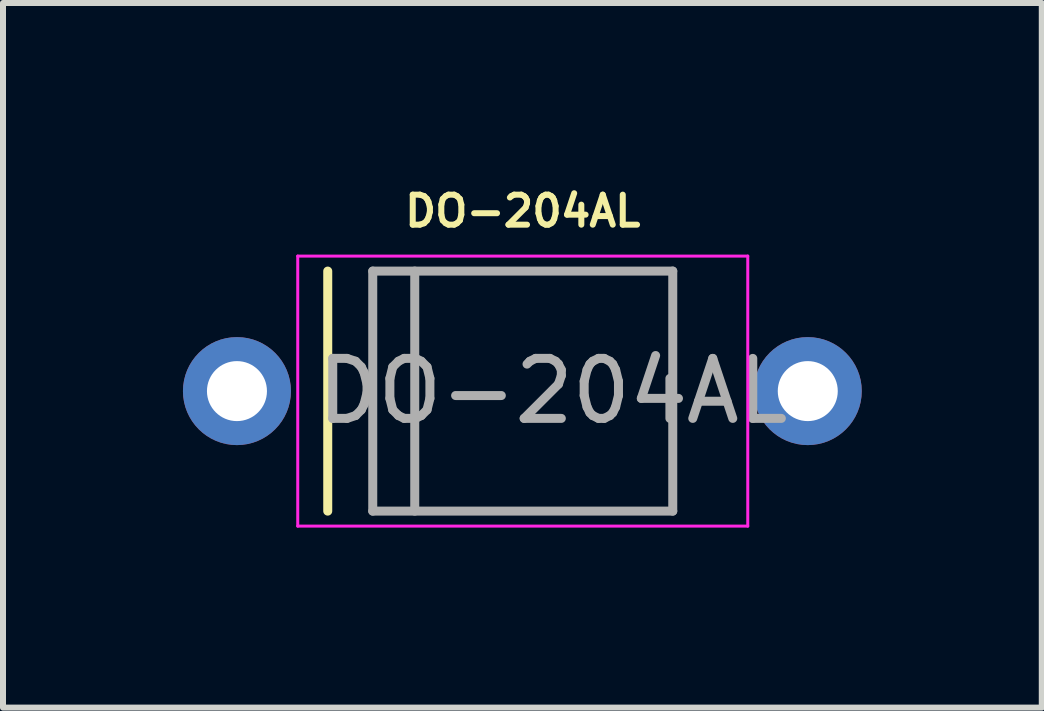
<source format=kicad_pcb>
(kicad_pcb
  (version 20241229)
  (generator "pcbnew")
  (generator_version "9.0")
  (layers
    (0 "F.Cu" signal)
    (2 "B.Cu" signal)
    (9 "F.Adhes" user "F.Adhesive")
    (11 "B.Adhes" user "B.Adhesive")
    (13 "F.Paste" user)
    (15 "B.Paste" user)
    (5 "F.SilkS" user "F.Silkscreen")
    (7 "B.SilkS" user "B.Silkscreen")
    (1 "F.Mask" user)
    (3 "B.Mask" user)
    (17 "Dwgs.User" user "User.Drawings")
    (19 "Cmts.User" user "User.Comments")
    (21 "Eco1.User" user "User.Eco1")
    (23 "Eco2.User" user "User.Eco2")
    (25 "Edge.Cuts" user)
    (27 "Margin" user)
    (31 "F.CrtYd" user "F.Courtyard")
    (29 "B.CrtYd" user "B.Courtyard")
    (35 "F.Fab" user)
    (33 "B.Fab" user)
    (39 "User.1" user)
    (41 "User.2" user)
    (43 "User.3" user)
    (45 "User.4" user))
  (footprint "DO-204AL"
    (layer "F.Cu")
    (at 5.662 3.468)
    (property "Reference" "DO-204AL" (at 0 -3 0) (layer "F.SilkS") (effects (font (size 0.5 0.5) (thickness 0.1))))
    (attr through_hole)
    (fp_line (start -3.25 -2) (end -3.25 2) (stroke (width 0.15) (type solid)) (layer "F.SilkS"))
    (fp_line (start -3.75 -2.25) (end 3.75 -2.25) (stroke (width 0.05) (type solid)) (layer "F.CrtYd"))
    (fp_line (start -3.75 2.25) (end -3.75 -2.25) (stroke (width 0.05) (type solid)) (layer "F.CrtYd"))
    (fp_line (start 3.75 -2.25) (end 3.75 2.25) (stroke (width 0.05) (type solid)) (layer "F.CrtYd"))
    (fp_line (start 3.75 2.25) (end -3.75 2.25) (stroke (width 0.05) (type solid)) (layer "F.CrtYd"))
    (fp_line (start -2.5 -2) (end 2.5 -2) (stroke (width 0.15) (type solid)) (layer "F.Fab"))
    (fp_line (start -2.5 2) (end -2.5 -2) (stroke (width 0.15) (type solid)) (layer "F.Fab"))
    (fp_line (start -1.8 -2) (end -1.8 2) (stroke (width 0.15) (type solid)) (layer "F.Fab"))
    (fp_line (start 2.5 -2) (end 2.5 2) (stroke (width 0.15) (type solid)) (layer "F.Fab"))
    (fp_line (start 2.5 2) (end -2.5 2) (stroke (width 0.15) (type solid)) (layer "F.Fab"))
    (fp_text user "${REFERENCE}" (at 0.5 0 0) (layer "F.Fab") (effects (font (size 1 1) (thickness 0.15))))
    (pad "A" thru_hole circle (at 4.75 0) (size 1.8 1.8) (drill 1) (layers "*.Cu" "*.Mask"))
    (pad "C" thru_hole circle (at -4.763 0) (size 1.8 1.8) (drill 1) (layers "*.Cu" "*.Mask")))
  (gr_rect
    (start -3 -3)
    (end 14.312 8.743)
    (stroke (width 0.1) (type default))
    (fill no)
    (layer "Edge.Cuts")))
</source>
